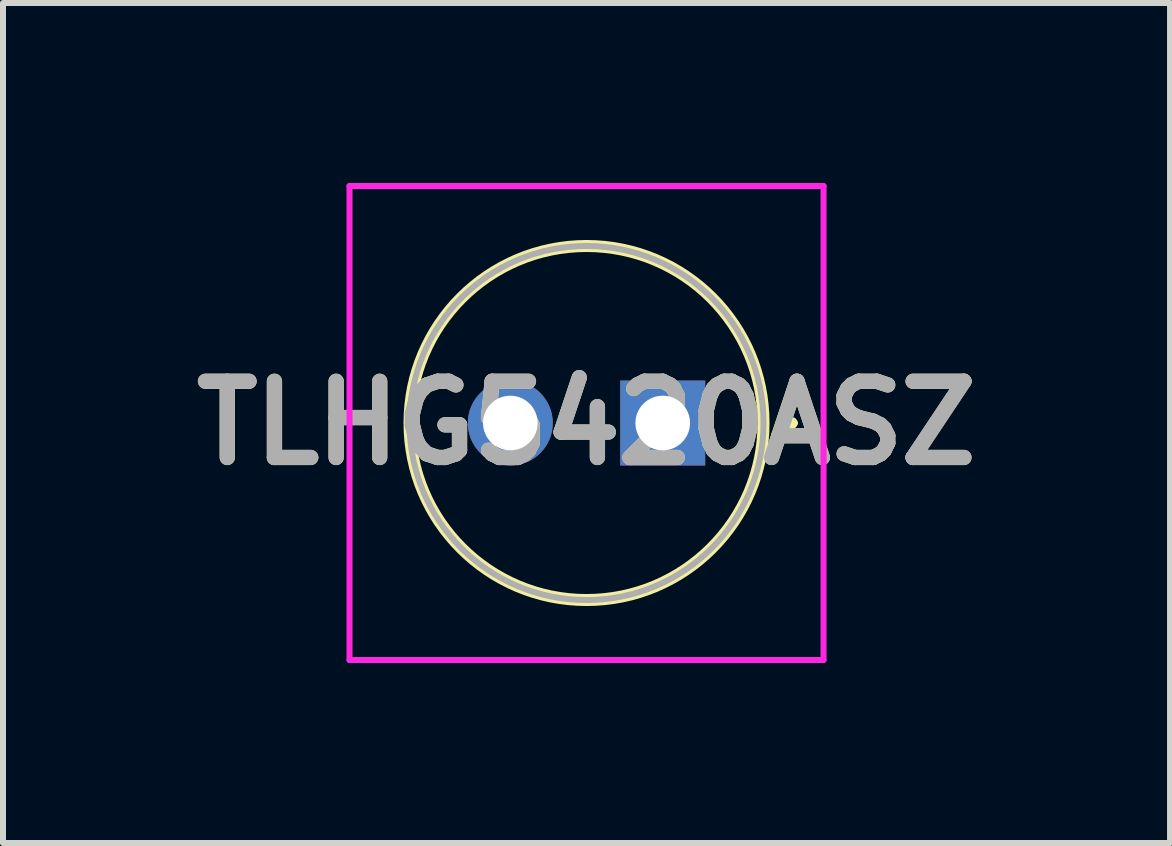
<source format=kicad_pcb>
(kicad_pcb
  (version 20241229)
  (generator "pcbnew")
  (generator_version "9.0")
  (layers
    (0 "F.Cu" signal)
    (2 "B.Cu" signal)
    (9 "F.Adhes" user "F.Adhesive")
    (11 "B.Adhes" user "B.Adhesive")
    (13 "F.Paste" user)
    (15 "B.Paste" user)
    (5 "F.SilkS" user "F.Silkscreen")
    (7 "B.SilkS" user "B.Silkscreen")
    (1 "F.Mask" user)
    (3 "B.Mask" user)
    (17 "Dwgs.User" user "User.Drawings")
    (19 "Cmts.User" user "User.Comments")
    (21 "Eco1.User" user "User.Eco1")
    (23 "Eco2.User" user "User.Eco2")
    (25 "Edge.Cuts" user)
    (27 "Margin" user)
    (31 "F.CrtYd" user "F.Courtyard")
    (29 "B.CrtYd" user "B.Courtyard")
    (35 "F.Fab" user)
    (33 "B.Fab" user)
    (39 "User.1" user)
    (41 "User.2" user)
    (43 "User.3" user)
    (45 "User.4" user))
  (footprint "TLHG5420ASZ"
    (layer "F.Cu")
    (at 7.995 4)
    (property "Reference" "TLHG5420ASZ" (at -1.27 0 0) (layer "F.SilkS") (effects (font (size 1.27 1.27) (thickness 0.254))))
    (attr through_hole)
    (fp_line (start -1.27 -2.95) (end -1.27 -2.95) (stroke (width 0.2) (type solid)) (layer "F.SilkS"))
    (fp_line (start -1.27 2.95) (end -1.27 2.95) (stroke (width 0.2) (type solid)) (layer "F.SilkS"))
    (fp_line (start 2.1 0) (end 2.1 0) (stroke (width 0.1) (type solid)) (layer "F.SilkS"))
    (fp_line (start 2.2 0) (end 2.2 0) (stroke (width 0.1) (type solid)) (layer "F.SilkS"))
    (fp_arc (start -1.27 -2.95) (mid 1.68 0) (end -1.27 2.95) (stroke (width 0.2) (type solid)) (layer "F.SilkS"))
    (fp_arc (start -1.27 2.95) (mid -4.22 0) (end -1.27 -2.95) (stroke (width 0.2) (type solid)) (layer "F.SilkS"))
    (fp_arc (start 2.1 0) (mid 2.15 -0.05) (end 2.2 0) (stroke (width 0.1) (type solid)) (layer "F.SilkS"))
    (fp_arc (start 2.2 0) (mid 2.15 0.05) (end 2.1 0) (stroke (width 0.1) (type solid)) (layer "F.SilkS"))
    (fp_line (start -5.22 -3.95) (end 2.68 -3.95) (stroke (width 0.1) (type solid)) (layer "F.CrtYd"))
    (fp_line (start -5.22 3.95) (end -5.22 -3.95) (stroke (width 0.1) (type solid)) (layer "F.CrtYd"))
    (fp_line (start 2.68 -3.95) (end 2.68 3.95) (stroke (width 0.1) (type solid)) (layer "F.CrtYd"))
    (fp_line (start 2.68 3.95) (end -5.22 3.95) (stroke (width 0.1) (type solid)) (layer "F.CrtYd"))
    (fp_line (start -1.27 -2.95) (end -1.27 -2.95) (stroke (width 0.1) (type solid)) (layer "F.Fab"))
    (fp_line (start -1.27 2.95) (end -1.27 2.95) (stroke (width 0.1) (type solid)) (layer "F.Fab"))
    (fp_arc (start -1.27 -2.95) (mid 1.68 0) (end -1.27 2.95) (stroke (width 0.1) (type solid)) (layer "F.Fab"))
    (fp_arc (start -1.27 2.95) (mid -4.22 0) (end -1.27 -2.95) (stroke (width 0.1) (type solid)) (layer "F.Fab"))
    (fp_text user "${REFERENCE}" (at -1.27 0 0) (layer "F.Fab") (effects (font (size 1.27 1.27) (thickness 0.254))))
    (pad "1" thru_hole rect (at 0 0) (size 1.416 1.416) (drill 0.91) (layers "*.Cu" "*.Mask"))
    (pad "2" thru_hole circle (at -2.54 0) (size 1.416 1.416) (drill 0.91) (layers "*.Cu" "*.Mask")))
  (gr_rect
    (start -3 -3)
    (end 16.45 11)
    (stroke (width 0.1) (type default))
    (fill no)
    (layer "Edge.Cuts")))
</source>
